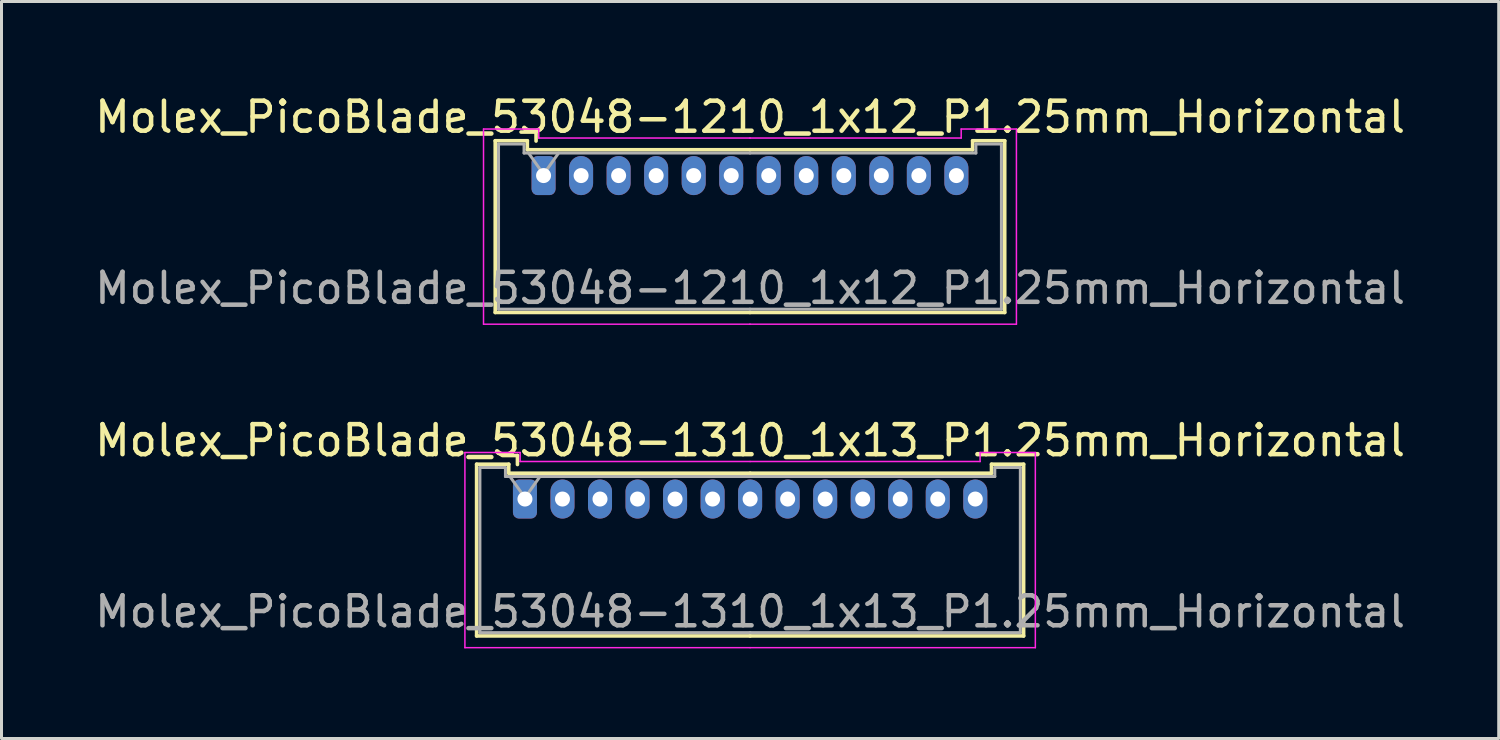
<source format=kicad_pcb>
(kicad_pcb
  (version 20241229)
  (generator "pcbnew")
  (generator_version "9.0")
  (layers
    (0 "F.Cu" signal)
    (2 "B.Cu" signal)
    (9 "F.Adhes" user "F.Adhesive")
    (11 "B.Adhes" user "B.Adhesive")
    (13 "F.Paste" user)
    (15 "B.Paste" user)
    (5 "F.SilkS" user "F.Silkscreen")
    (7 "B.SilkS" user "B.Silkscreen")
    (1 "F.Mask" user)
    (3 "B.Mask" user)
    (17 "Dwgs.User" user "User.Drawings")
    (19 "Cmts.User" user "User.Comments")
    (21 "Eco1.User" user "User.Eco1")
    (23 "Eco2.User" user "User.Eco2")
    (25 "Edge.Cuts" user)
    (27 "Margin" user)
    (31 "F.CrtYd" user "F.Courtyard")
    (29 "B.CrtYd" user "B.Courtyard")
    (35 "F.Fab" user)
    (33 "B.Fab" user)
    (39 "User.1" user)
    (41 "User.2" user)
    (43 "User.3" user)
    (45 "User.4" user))
  (footprint "Molex_PicoBlade_53048-1310_1x13_P1.25mm_Horizontal"
    (layer "F.Cu")
    (at 14.435 13.572)
    (property "Reference" "Molex_PicoBlade_53048-1310_1x13_P1.25mm_Horizontal" (at 7.5 -1.95 0) (layer "F.SilkS") (effects (font (size 1 1) (thickness 0.15))))
    (attr through_hole)
    (fp_line (start -1.61 -1.16) (end -1.61 4.56) (stroke (width 0.12) (type solid)) (layer "F.SilkS"))
    (fp_line (start -1.61 4.56) (end 7.5 4.56) (stroke (width 0.12) (type solid)) (layer "F.SilkS"))
    (fp_line (start -0.54 -1.16) (end -1.61 -1.16) (stroke (width 0.12) (type solid)) (layer "F.SilkS"))
    (fp_line (start -0.54 -0.86) (end -0.54 -1.16) (stroke (width 0.12) (type solid)) (layer "F.SilkS"))
    (fp_line (start -0.25 -1.45) (end -0.75 -1.45) (stroke (width 0.12) (type solid)) (layer "F.SilkS"))
    (fp_line (start -0.25 -1.15) (end -0.25 -1.45) (stroke (width 0.12) (type solid)) (layer "F.SilkS"))
    (fp_line (start 7.5 -0.86) (end -0.54 -0.86) (stroke (width 0.12) (type solid)) (layer "F.SilkS"))
    (fp_line (start 7.5 -0.86) (end 15.54 -0.86) (stroke (width 0.12) (type solid)) (layer "F.SilkS"))
    (fp_line (start 15.54 -1.16) (end 16.61 -1.16) (stroke (width 0.12) (type solid)) (layer "F.SilkS"))
    (fp_line (start 15.54 -0.86) (end 15.54 -1.16) (stroke (width 0.12) (type solid)) (layer "F.SilkS"))
    (fp_line (start 16.61 -1.16) (end 16.61 4.56) (stroke (width 0.12) (type solid)) (layer "F.SilkS"))
    (fp_line (start 16.61 4.56) (end 7.5 4.56) (stroke (width 0.12) (type solid)) (layer "F.SilkS"))
    (fp_line (start -2 -1.55) (end -2 4.95) (stroke (width 0.05) (type solid)) (layer "F.CrtYd"))
    (fp_line (start -2 4.95) (end 7.5 4.95) (stroke (width 0.05) (type solid)) (layer "F.CrtYd"))
    (fp_line (start -0.16 -1.55) (end -2 -1.55) (stroke (width 0.05) (type solid)) (layer "F.CrtYd"))
    (fp_line (start -0.16 -1.25) (end -0.16 -1.55) (stroke (width 0.05) (type solid)) (layer "F.CrtYd"))
    (fp_line (start 7.5 -1.25) (end -0.16 -1.25) (stroke (width 0.05) (type solid)) (layer "F.CrtYd"))
    (fp_line (start 7.5 -1.25) (end 15.16 -1.25) (stroke (width 0.05) (type solid)) (layer "F.CrtYd"))
    (fp_line (start 15.16 -1.55) (end 17 -1.55) (stroke (width 0.05) (type solid)) (layer "F.CrtYd"))
    (fp_line (start 15.16 -1.25) (end 15.16 -1.55) (stroke (width 0.05) (type solid)) (layer "F.CrtYd"))
    (fp_line (start 17 -1.55) (end 17 4.95) (stroke (width 0.05) (type solid)) (layer "F.CrtYd"))
    (fp_line (start 17 4.95) (end 7.5 4.95) (stroke (width 0.05) (type solid)) (layer "F.CrtYd"))
    (fp_line (start -1.5 -1.05) (end -1.5 4.45) (stroke (width 0.1) (type solid)) (layer "F.Fab"))
    (fp_line (start -1.5 4.45) (end 7.5 4.45) (stroke (width 0.1) (type solid)) (layer "F.Fab"))
    (fp_line (start -0.65 -1.05) (end -1.5 -1.05) (stroke (width 0.1) (type solid)) (layer "F.Fab"))
    (fp_line (start -0.65 -0.75) (end -0.65 -1.05) (stroke (width 0.1) (type solid)) (layer "F.Fab"))
    (fp_line (start -0.5 -0.75) (end 0 -0.043) (stroke (width 0.1) (type solid)) (layer "F.Fab"))
    (fp_line (start 0 -0.043) (end 0.5 -0.75) (stroke (width 0.1) (type solid)) (layer "F.Fab"))
    (fp_line (start 7.5 -0.75) (end -0.65 -0.75) (stroke (width 0.1) (type solid)) (layer "F.Fab"))
    (fp_line (start 7.5 -0.75) (end 15.65 -0.75) (stroke (width 0.1) (type solid)) (layer "F.Fab"))
    (fp_line (start 15.65 -1.05) (end 16.5 -1.05) (stroke (width 0.1) (type solid)) (layer "F.Fab"))
    (fp_line (start 15.65 -0.75) (end 15.65 -1.05) (stroke (width 0.1) (type solid)) (layer "F.Fab"))
    (fp_line (start 16.5 -1.05) (end 16.5 4.45) (stroke (width 0.1) (type solid)) (layer "F.Fab"))
    (fp_line (start 16.5 4.45) (end 7.5 4.45) (stroke (width 0.1) (type solid)) (layer "F.Fab"))
    (fp_text user "${REFERENCE}" (at 7.5 3.75 0) (layer "F.Fab") (effects (font (size 1 1) (thickness 0.15))))
    (pad "1" thru_hole roundrect (at 0 0) (size 0.8 1.3) (drill 0.5) (layers "*.Cu" "*.Mask") (roundrect_rratio 0.25))
    (pad "2" thru_hole oval (at 1.25 0) (size 0.8 1.3) (drill 0.5) (layers "*.Cu" "*.Mask"))
    (pad "3" thru_hole oval (at 2.5 0) (size 0.8 1.3) (drill 0.5) (layers "*.Cu" "*.Mask"))
    (pad "4" thru_hole oval (at 3.75 0) (size 0.8 1.3) (drill 0.5) (layers "*.Cu" "*.Mask"))
    (pad "5" thru_hole oval (at 5 0) (size 0.8 1.3) (drill 0.5) (layers "*.Cu" "*.Mask"))
    (pad "6" thru_hole oval (at 6.25 0) (size 0.8 1.3) (drill 0.5) (layers "*.Cu" "*.Mask"))
    (pad "7" thru_hole oval (at 7.5 0) (size 0.8 1.3) (drill 0.5) (layers "*.Cu" "*.Mask"))
    (pad "8" thru_hole oval (at 8.75 0) (size 0.8 1.3) (drill 0.5) (layers "*.Cu" "*.Mask"))
    (pad "9" thru_hole oval (at 10 0) (size 0.8 1.3) (drill 0.5) (layers "*.Cu" "*.Mask"))
    (pad "10" thru_hole oval (at 11.25 0) (size 0.8 1.3) (drill 0.5) (layers "*.Cu" "*.Mask"))
    (pad "11" thru_hole oval (at 12.5 0) (size 0.8 1.3) (drill 0.5) (layers "*.Cu" "*.Mask"))
    (pad "12" thru_hole oval (at 13.75 0) (size 0.8 1.3) (drill 0.5) (layers "*.Cu" "*.Mask"))
    (pad "13" thru_hole oval (at 15 0) (size 0.8 1.3) (drill 0.5) (layers "*.Cu" "*.Mask")))
  (footprint "Molex_PicoBlade_53048-1210_1x12_P1.25mm_Horizontal"
    (layer "F.Cu")
    (at 15.055 2.798)
    (property "Reference" "Molex_PicoBlade_53048-1210_1x12_P1.25mm_Horizontal" (at 6.88 -1.95 0) (layer "F.SilkS") (effects (font (size 1 1) (thickness 0.15))))
    (attr through_hole)
    (fp_line (start -1.61 -1.16) (end -1.61 4.56) (stroke (width 0.12) (type solid)) (layer "F.SilkS"))
    (fp_line (start -1.61 4.56) (end 6.875 4.56) (stroke (width 0.12) (type solid)) (layer "F.SilkS"))
    (fp_line (start -0.54 -1.16) (end -1.61 -1.16) (stroke (width 0.12) (type solid)) (layer "F.SilkS"))
    (fp_line (start -0.54 -0.86) (end -0.54 -1.16) (stroke (width 0.12) (type solid)) (layer "F.SilkS"))
    (fp_line (start -0.25 -1.45) (end -0.75 -1.45) (stroke (width 0.12) (type solid)) (layer "F.SilkS"))
    (fp_line (start -0.25 -1.15) (end -0.25 -1.45) (stroke (width 0.12) (type solid)) (layer "F.SilkS"))
    (fp_line (start 6.875 -0.86) (end -0.54 -0.86) (stroke (width 0.12) (type solid)) (layer "F.SilkS"))
    (fp_line (start 6.875 -0.86) (end 14.29 -0.86) (stroke (width 0.12) (type solid)) (layer "F.SilkS"))
    (fp_line (start 14.29 -1.16) (end 15.36 -1.16) (stroke (width 0.12) (type solid)) (layer "F.SilkS"))
    (fp_line (start 14.29 -0.86) (end 14.29 -1.16) (stroke (width 0.12) (type solid)) (layer "F.SilkS"))
    (fp_line (start 15.36 -1.16) (end 15.36 4.56) (stroke (width 0.12) (type solid)) (layer "F.SilkS"))
    (fp_line (start 15.36 4.56) (end 6.875 4.56) (stroke (width 0.12) (type solid)) (layer "F.SilkS"))
    (fp_line (start -2 -1.55) (end -2 4.95) (stroke (width 0.05) (type solid)) (layer "F.CrtYd"))
    (fp_line (start -2 4.95) (end 6.88 4.95) (stroke (width 0.05) (type solid)) (layer "F.CrtYd"))
    (fp_line (start -0.16 -1.55) (end -2 -1.55) (stroke (width 0.05) (type solid)) (layer "F.CrtYd"))
    (fp_line (start -0.16 -1.25) (end -0.16 -1.55) (stroke (width 0.05) (type solid)) (layer "F.CrtYd"))
    (fp_line (start 6.87 -1.25) (end 13.91 -1.25) (stroke (width 0.05) (type solid)) (layer "F.CrtYd"))
    (fp_line (start 6.88 -1.25) (end -0.16 -1.25) (stroke (width 0.05) (type solid)) (layer "F.CrtYd"))
    (fp_line (start 13.91 -1.55) (end 15.75 -1.55) (stroke (width 0.05) (type solid)) (layer "F.CrtYd"))
    (fp_line (start 13.91 -1.25) (end 13.91 -1.55) (stroke (width 0.05) (type solid)) (layer "F.CrtYd"))
    (fp_line (start 15.75 -1.55) (end 15.75 4.95) (stroke (width 0.05) (type solid)) (layer "F.CrtYd"))
    (fp_line (start 15.75 4.95) (end 6.87 4.95) (stroke (width 0.05) (type solid)) (layer "F.CrtYd"))
    (fp_line (start -1.5 -1.05) (end -1.5 4.45) (stroke (width 0.1) (type solid)) (layer "F.Fab"))
    (fp_line (start -1.5 4.45) (end 6.875 4.45) (stroke (width 0.1) (type solid)) (layer "F.Fab"))
    (fp_line (start -0.65 -1.05) (end -1.5 -1.05) (stroke (width 0.1) (type solid)) (layer "F.Fab"))
    (fp_line (start -0.65 -0.75) (end -0.65 -1.05) (stroke (width 0.1) (type solid)) (layer "F.Fab"))
    (fp_line (start -0.5 -0.75) (end 0 -0.043) (stroke (width 0.1) (type solid)) (layer "F.Fab"))
    (fp_line (start 0 -0.043) (end 0.5 -0.75) (stroke (width 0.1) (type solid)) (layer "F.Fab"))
    (fp_line (start 6.875 -0.75) (end -0.65 -0.75) (stroke (width 0.1) (type solid)) (layer "F.Fab"))
    (fp_line (start 6.875 -0.75) (end 14.4 -0.75) (stroke (width 0.1) (type solid)) (layer "F.Fab"))
    (fp_line (start 14.4 -1.05) (end 15.25 -1.05) (stroke (width 0.1) (type solid)) (layer "F.Fab"))
    (fp_line (start 14.4 -0.75) (end 14.4 -1.05) (stroke (width 0.1) (type solid)) (layer "F.Fab"))
    (fp_line (start 15.25 -1.05) (end 15.25 4.45) (stroke (width 0.1) (type solid)) (layer "F.Fab"))
    (fp_line (start 15.25 4.45) (end 6.875 4.45) (stroke (width 0.1) (type solid)) (layer "F.Fab"))
    (fp_text user "${REFERENCE}" (at 6.88 3.75 0) (layer "F.Fab") (effects (font (size 1 1) (thickness 0.15))))
    (pad "1" thru_hole roundrect (at 0 0) (size 0.8 1.3) (drill 0.5) (layers "*.Cu" "*.Mask") (roundrect_rratio 0.25))
    (pad "2" thru_hole oval (at 1.25 0) (size 0.8 1.3) (drill 0.5) (layers "*.Cu" "*.Mask"))
    (pad "3" thru_hole oval (at 2.5 0) (size 0.8 1.3) (drill 0.5) (layers "*.Cu" "*.Mask"))
    (pad "4" thru_hole oval (at 3.75 0) (size 0.8 1.3) (drill 0.5) (layers "*.Cu" "*.Mask"))
    (pad "5" thru_hole oval (at 5 0) (size 0.8 1.3) (drill 0.5) (layers "*.Cu" "*.Mask"))
    (pad "6" thru_hole oval (at 6.25 0) (size 0.8 1.3) (drill 0.5) (layers "*.Cu" "*.Mask"))
    (pad "7" thru_hole oval (at 7.5 0) (size 0.8 1.3) (drill 0.5) (layers "*.Cu" "*.Mask"))
    (pad "8" thru_hole oval (at 8.75 0) (size 0.8 1.3) (drill 0.5) (layers "*.Cu" "*.Mask"))
    (pad "9" thru_hole oval (at 10 0) (size 0.8 1.3) (drill 0.5) (layers "*.Cu" "*.Mask"))
    (pad "10" thru_hole oval (at 11.25 0) (size 0.8 1.3) (drill 0.5) (layers "*.Cu" "*.Mask"))
    (pad "11" thru_hole oval (at 12.5 0) (size 0.8 1.3) (drill 0.5) (layers "*.Cu" "*.Mask"))
    (pad "12" thru_hole oval (at 13.75 0) (size 0.8 1.3) (drill 0.5) (layers "*.Cu" "*.Mask")))
  (gr_rect
    (start -3 -3)
    (end 46.869 21.547)
    (stroke (width 0.1) (type default))
    (fill no)
    (layer "Edge.Cuts")))
</source>
